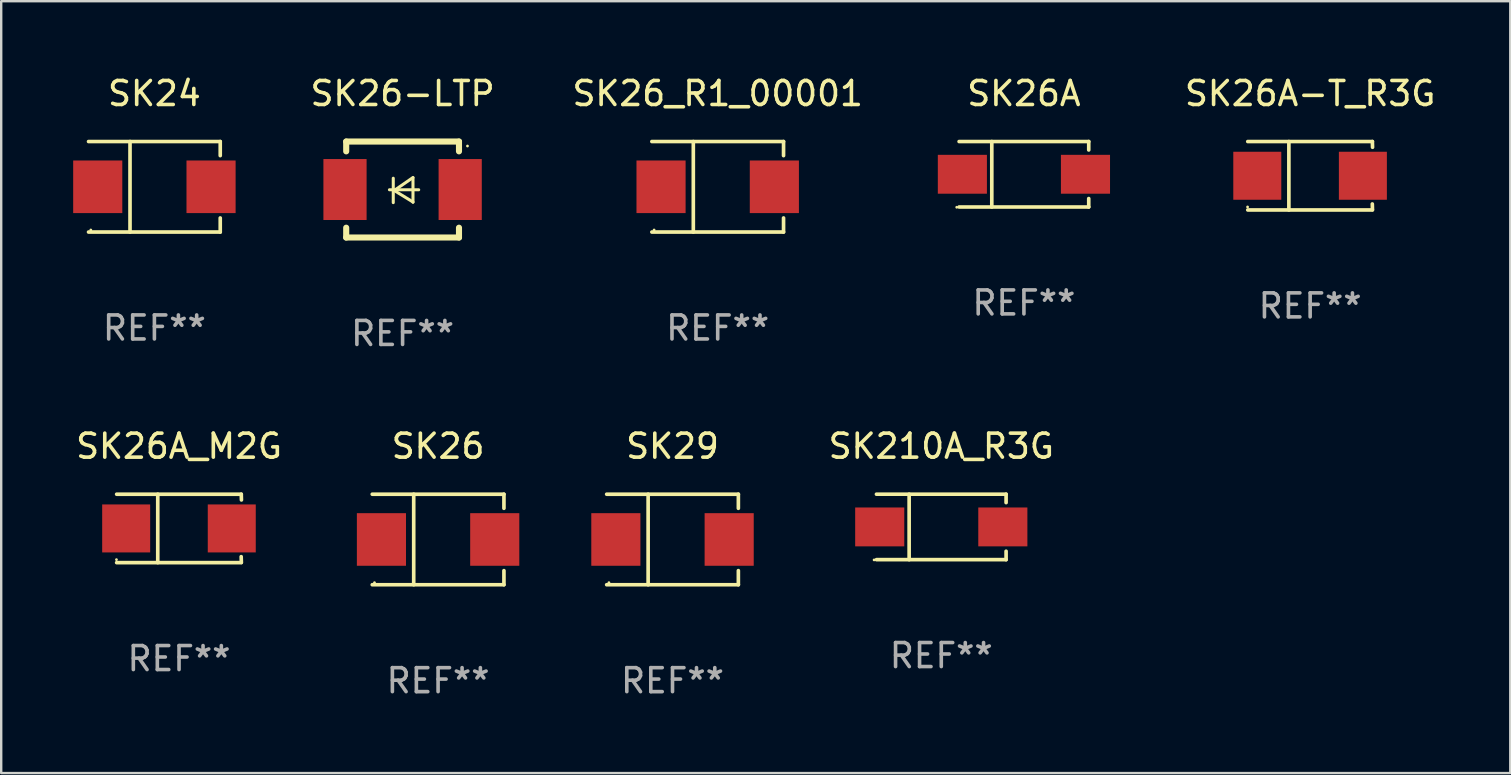
<source format=kicad_pcb>
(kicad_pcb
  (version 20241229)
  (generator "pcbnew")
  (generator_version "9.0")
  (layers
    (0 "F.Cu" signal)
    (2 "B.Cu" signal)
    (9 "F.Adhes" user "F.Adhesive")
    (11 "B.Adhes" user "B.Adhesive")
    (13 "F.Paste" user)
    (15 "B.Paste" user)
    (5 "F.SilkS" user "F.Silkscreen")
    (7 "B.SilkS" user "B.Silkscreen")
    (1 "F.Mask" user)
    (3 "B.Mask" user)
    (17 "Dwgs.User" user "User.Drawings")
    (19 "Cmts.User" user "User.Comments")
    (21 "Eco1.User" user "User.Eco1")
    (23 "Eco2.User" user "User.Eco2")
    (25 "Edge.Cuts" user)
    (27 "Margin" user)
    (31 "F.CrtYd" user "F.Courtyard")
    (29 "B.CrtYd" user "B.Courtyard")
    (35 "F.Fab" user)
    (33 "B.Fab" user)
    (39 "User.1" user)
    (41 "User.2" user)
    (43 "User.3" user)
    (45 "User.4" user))
  (footprint "SK26A"
    (layer "F.Cu")
    (at 39.619 4.212)
    (property "Reference" "SK26A" (at 0 -3.364 0) (layer "F.SilkS") (effects (font (size 1 1) (thickness 0.15))))
    (attr through_hole)
    (fp_line (start -2.701 -1.364) (end 2.701 -1.364) (stroke (width 0.152) (type solid)) (layer "F.SilkS"))
    (fp_line (start -2.701 1.364) (end 2.701 1.364) (stroke (width 0.152) (type solid)) (layer "F.SilkS"))
    (fp_line (start -1.339 -1.364) (end -1.339 1.364) (stroke (width 0.152) (type solid)) (layer "F.SilkS"))
    (fp_line (start 2.701 -1.364) (end 2.701 -1.013) (stroke (width 0.152) (type solid)) (layer "F.SilkS"))
    (fp_line (start 2.701 1.364) (end 2.701 1.013) (stroke (width 0.152) (type solid)) (layer "F.SilkS"))
    (fp_circle (center -2.8 1.375) (end -2.77 1.375) (stroke (width 0.06) (type solid)) (fill no) (layer "F.SilkS"))
    (fp_text user "REF**" (at 0 5.364 0) (layer "F.Fab") (effects (font (size 1 1) (thickness 0.15))))
    (pad "1" smd rect (at -2.565 -0.000025) (size 2.046 1.62) (layers "F.Cu" "F.Mask" "F.Paste"))
    (pad "2" smd rect (at 2.565 -0.000025) (size 2.046 1.62) (layers "F.Cu" "F.Mask" "F.Paste")))
  (footprint "SK210A_R3G"
    (layer "F.Cu")
    (at 36.175 18.908)
    (property "Reference" "SK210A_R3G" (at 0 -3.364 0) (layer "F.SilkS") (effects (font (size 1 1) (thickness 0.15))))
    (attr through_hole)
    (fp_line (start -2.701 -1.364) (end 2.701 -1.364) (stroke (width 0.152) (type solid)) (layer "F.SilkS"))
    (fp_line (start -2.701 1.364) (end 2.701 1.364) (stroke (width 0.152) (type solid)) (layer "F.SilkS"))
    (fp_line (start -1.339 -1.364) (end -1.339 1.364) (stroke (width 0.152) (type solid)) (layer "F.SilkS"))
    (fp_line (start 2.701 -1.364) (end 2.701 -1.013) (stroke (width 0.152) (type solid)) (layer "F.SilkS"))
    (fp_line (start 2.701 1.364) (end 2.701 1.013) (stroke (width 0.152) (type solid)) (layer "F.SilkS"))
    (fp_circle (center -2.8 1.375) (end -2.77 1.375) (stroke (width 0.06) (type solid)) (fill no) (layer "F.SilkS"))
    (fp_text user "REF**" (at 0 5.364 0) (layer "F.Fab") (effects (font (size 1 1) (thickness 0.15))))
    (pad "1" smd rect (at -2.565 -0.000025) (size 2.046 1.62) (layers "F.Cu" "F.Mask" "F.Paste"))
    (pad "2" smd rect (at 2.565 -0.000025) (size 2.046 1.62) (layers "F.Cu" "F.Mask" "F.Paste")))
  (footprint "SK26A_M2G"
    (layer "F.Cu")
    (at 4.411 18.971)
    (property "Reference" "SK26A_M2G" (at 0 -3.426 0) (layer "F.SilkS") (effects (font (size 1 1) (thickness 0.15))))
    (attr through_hole)
    (fp_line (start -2.6 -1.426) (end 2.593 -1.426) (stroke (width 0.152) (type solid)) (layer "F.SilkS"))
    (fp_line (start -2.6 1.426) (end 2.593 1.426) (stroke (width 0.152) (type solid)) (layer "F.SilkS"))
    (fp_line (start -0.887 -1.426) (end -0.887 1.426) (stroke (width 0.152) (type solid)) (layer "F.SilkS"))
    (fp_line (start 2.59 1.176) (end 2.597 1.415) (stroke (width 0.152) (type solid)) (layer "F.SilkS"))
    (fp_line (start 2.593 -1.426) (end 2.6 -1.187) (stroke (width 0.152) (type solid)) (layer "F.SilkS"))
    (fp_circle (center -2.608 1.3) (end -2.578 1.3) (stroke (width 0.06) (type solid)) (fill no) (layer "F.SilkS"))
    (fp_text user "REF**" (at 0 5.426 0) (layer "F.Fab") (effects (font (size 1 1) (thickness 0.15))))
    (pad "1" smd rect (at -2.203 0 180) (size 2 2) (layers "F.Cu" "F.Mask" "F.Paste"))
    (pad "2" smd rect (at 2.197 0 180) (size 2 2) (layers "F.Cu" "F.Mask" "F.Paste")))
  (footprint "SK26_R1_00001"
    (layer "F.Cu")
    (at 26.858 4.734)
    (property "Reference" "SK26_R1_00001" (at 0 -3.886 0) (layer "F.SilkS") (effects (font (size 1 1) (thickness 0.15))))
    (attr through_hole)
    (fp_line (start -2.744 -1.886) (end 2.744 -1.886) (stroke (width 0.152) (type solid)) (layer "F.SilkS"))
    (fp_line (start -2.744 1.886) (end 2.744 1.886) (stroke (width 0.152) (type solid)) (layer "F.SilkS"))
    (fp_line (start -1.016 -1.886) (end -1.016 1.886) (stroke (width 0.152) (type solid)) (layer "F.SilkS"))
    (fp_line (start 2.744 -1.886) (end 2.744 -1.299) (stroke (width 0.152) (type solid)) (layer "F.SilkS"))
    (fp_line (start 2.744 1.886) (end 2.744 1.299) (stroke (width 0.152) (type solid)) (layer "F.SilkS"))
    (fp_circle (center -2.65 1.8) (end -2.62 1.8) (stroke (width 0.06) (type solid)) (fill no) (layer "F.SilkS"))
    (fp_text user "REF**" (at 0 5.886 0) (layer "F.Fab") (effects (font (size 1 1) (thickness 0.15))))
    (pad "1" smd rect (at -2.361 0) (size 2.047 2.192) (layers "F.Cu" "F.Mask" "F.Paste"))
    (pad "2" smd rect (at 2.361 0) (size 2.047 2.192) (layers "F.Cu" "F.Mask" "F.Paste")))
  (footprint "SK29"
    (layer "F.Cu")
    (at 24.975 19.431)
    (property "Reference" "SK29" (at 0 -3.886 0) (layer "F.SilkS") (effects (font (size 1 1) (thickness 0.15))))
    (attr through_hole)
    (fp_line (start -2.744 -1.886) (end 2.744 -1.886) (stroke (width 0.152) (type solid)) (layer "F.SilkS"))
    (fp_line (start -2.744 1.886) (end 2.744 1.886) (stroke (width 0.152) (type solid)) (layer "F.SilkS"))
    (fp_line (start -1.016 -1.886) (end -1.016 1.886) (stroke (width 0.152) (type solid)) (layer "F.SilkS"))
    (fp_line (start 2.744 -1.886) (end 2.744 -1.299) (stroke (width 0.152) (type solid)) (layer "F.SilkS"))
    (fp_line (start 2.744 1.886) (end 2.744 1.299) (stroke (width 0.152) (type solid)) (layer "F.SilkS"))
    (fp_circle (center -2.65 1.8) (end -2.62 1.8) (stroke (width 0.06) (type solid)) (fill no) (layer "F.SilkS"))
    (fp_text user "REF**" (at 0 5.886 0) (layer "F.Fab") (effects (font (size 1 1) (thickness 0.15))))
    (pad "1" smd rect (at -2.361 0) (size 2.047 2.192) (layers "F.Cu" "F.Mask" "F.Paste"))
    (pad "2" smd rect (at 2.361 0) (size 2.047 2.192) (layers "F.Cu" "F.Mask" "F.Paste")))
  (footprint "SK26"
    (layer "F.Cu")
    (at 15.206 19.431)
    (property "Reference" "SK26" (at 0 -3.886 0) (layer "F.SilkS") (effects (font (size 1 1) (thickness 0.15))))
    (attr through_hole)
    (fp_line (start -2.744 -1.886) (end 2.744 -1.886) (stroke (width 0.152) (type solid)) (layer "F.SilkS"))
    (fp_line (start -2.744 1.886) (end 2.744 1.886) (stroke (width 0.152) (type solid)) (layer "F.SilkS"))
    (fp_line (start -1.016 -1.886) (end -1.016 1.886) (stroke (width 0.152) (type solid)) (layer "F.SilkS"))
    (fp_line (start 2.744 -1.886) (end 2.744 -1.299) (stroke (width 0.152) (type solid)) (layer "F.SilkS"))
    (fp_line (start 2.744 1.886) (end 2.744 1.299) (stroke (width 0.152) (type solid)) (layer "F.SilkS"))
    (fp_circle (center -2.65 1.8) (end -2.62 1.8) (stroke (width 0.06) (type solid)) (fill no) (layer "F.SilkS"))
    (fp_text user "REF**" (at 0 5.886 0) (layer "F.Fab") (effects (font (size 1 1) (thickness 0.15))))
    (pad "1" smd rect (at -2.361 0) (size 2.047 2.192) (layers "F.Cu" "F.Mask" "F.Paste"))
    (pad "2" smd rect (at 2.361 0) (size 2.047 2.192) (layers "F.Cu" "F.Mask" "F.Paste")))
  (footprint "SK24"
    (layer "F.Cu")
    (at 3.384 4.734)
    (property "Reference" "SK24" (at 0 -3.886 0) (layer "F.SilkS") (effects (font (size 1 1) (thickness 0.15))))
    (attr through_hole)
    (fp_line (start -2.744 -1.886) (end 2.744 -1.886) (stroke (width 0.152) (type solid)) (layer "F.SilkS"))
    (fp_line (start -2.744 1.886) (end 2.744 1.886) (stroke (width 0.152) (type solid)) (layer "F.SilkS"))
    (fp_line (start -1.016 -1.886) (end -1.016 1.886) (stroke (width 0.152) (type solid)) (layer "F.SilkS"))
    (fp_line (start 2.744 -1.886) (end 2.744 -1.299) (stroke (width 0.152) (type solid)) (layer "F.SilkS"))
    (fp_line (start 2.744 1.886) (end 2.744 1.299) (stroke (width 0.152) (type solid)) (layer "F.SilkS"))
    (fp_circle (center -2.65 1.8) (end -2.62 1.8) (stroke (width 0.06) (type solid)) (fill no) (layer "F.SilkS"))
    (fp_text user "REF**" (at 0 5.886 0) (layer "F.Fab") (effects (font (size 1 1) (thickness 0.15))))
    (pad "1" smd rect (at -2.361 0) (size 2.047 2.192) (layers "F.Cu" "F.Mask" "F.Paste"))
    (pad "2" smd rect (at 2.361 0) (size 2.047 2.192) (layers "F.Cu" "F.Mask" "F.Paste")))
  (footprint "SK26A-T_R3G"
    (layer "F.Cu")
    (at 51.547 4.274)
    (property "Reference" "SK26A-T_R3G" (at 0 -3.426 0) (layer "F.SilkS") (effects (font (size 1 1) (thickness 0.15))))
    (attr through_hole)
    (fp_line (start -2.6 -1.426) (end 2.593 -1.426) (stroke (width 0.152) (type solid)) (layer "F.SilkS"))
    (fp_line (start -2.6 1.426) (end 2.593 1.426) (stroke (width 0.152) (type solid)) (layer "F.SilkS"))
    (fp_line (start -0.887 -1.426) (end -0.887 1.426) (stroke (width 0.152) (type solid)) (layer "F.SilkS"))
    (fp_line (start 2.59 1.176) (end 2.597 1.415) (stroke (width 0.152) (type solid)) (layer "F.SilkS"))
    (fp_line (start 2.593 -1.426) (end 2.6 -1.187) (stroke (width 0.152) (type solid)) (layer "F.SilkS"))
    (fp_circle (center -2.608 1.3) (end -2.578 1.3) (stroke (width 0.06) (type solid)) (fill no) (layer "F.SilkS"))
    (fp_text user "REF**" (at 0 5.426 0) (layer "F.Fab") (effects (font (size 1 1) (thickness 0.15))))
    (pad "1" smd rect (at -2.203 0 180) (size 2 2) (layers "F.Cu" "F.Mask" "F.Paste"))
    (pad "2" smd rect (at 2.197 0 180) (size 2 2) (layers "F.Cu" "F.Mask" "F.Paste")))
  (footprint "SK26-LTP"
    (layer "F.Cu")
    (at 13.727 4.848)
    (property "Reference" "SK26-LTP" (at 0 -4 0) (layer "F.SilkS") (effects (font (size 1 1) (thickness 0.15))))
    (attr through_hole)
    (fp_line (start -2.35 -2) (end -2.35 -1.591) (stroke (width 0.254) (type solid)) (layer "F.SilkS"))
    (fp_line (start -2.35 -2) (end 2.35 -2) (stroke (width 0.254) (type solid)) (layer "F.SilkS"))
    (fp_line (start -2.35 1.591) (end -2.35 2) (stroke (width 0.254) (type solid)) (layer "F.SilkS"))
    (fp_line (start -2.35 2) (end 2.35 2) (stroke (width 0.254) (type solid)) (layer "F.SilkS"))
    (fp_line (start -0.548 0.01) (end 0.671 0.01) (stroke (width 0.127) (type solid)) (layer "F.SilkS"))
    (fp_line (start -0.389 -0.47) (end -0.389 0.546) (stroke (width 0.127) (type solid)) (layer "F.SilkS"))
    (fp_line (start -0.35 0.04) (end 0.433 0.52) (stroke (width 0.127) (type solid)) (layer "F.SilkS"))
    (fp_line (start 0.433 -0.5) (end -0.35 0.04) (stroke (width 0.127) (type solid)) (layer "F.SilkS"))
    (fp_line (start 0.433 0.53) (end 0.433 -0.486) (stroke (width 0.127) (type solid)) (layer "F.SilkS"))
    (fp_line (start 2.35 -2) (end 2.35 -1.591) (stroke (width 0.254) (type solid)) (layer "F.SilkS"))
    (fp_line (start 2.35 1.591) (end 2.35 2) (stroke (width 0.254) (type solid)) (layer "F.SilkS"))
    (fp_circle (center 2.704 -1.813) (end 2.734 -1.813) (stroke (width 0.06) (type solid)) (fill no) (layer "F.SilkS"))
    (fp_text user "REF**" (at 0 6 0) (layer "F.Fab") (effects (font (size 1 1) (thickness 0.15))))
    (pad "1" smd rect (at 2.4 0) (size 1.8 2.54) (layers "F.Cu" "F.Mask" "F.Paste"))
    (pad "2" smd rect (at -2.4 0) (size 1.8 2.54) (layers "F.Cu" "F.Mask" "F.Paste")))
  (gr_rect
    (start -3 -3)
    (end 59.887 29.165)
    (stroke (width 0.1) (type default))
    (fill no)
    (layer "Edge.Cuts")))
</source>
